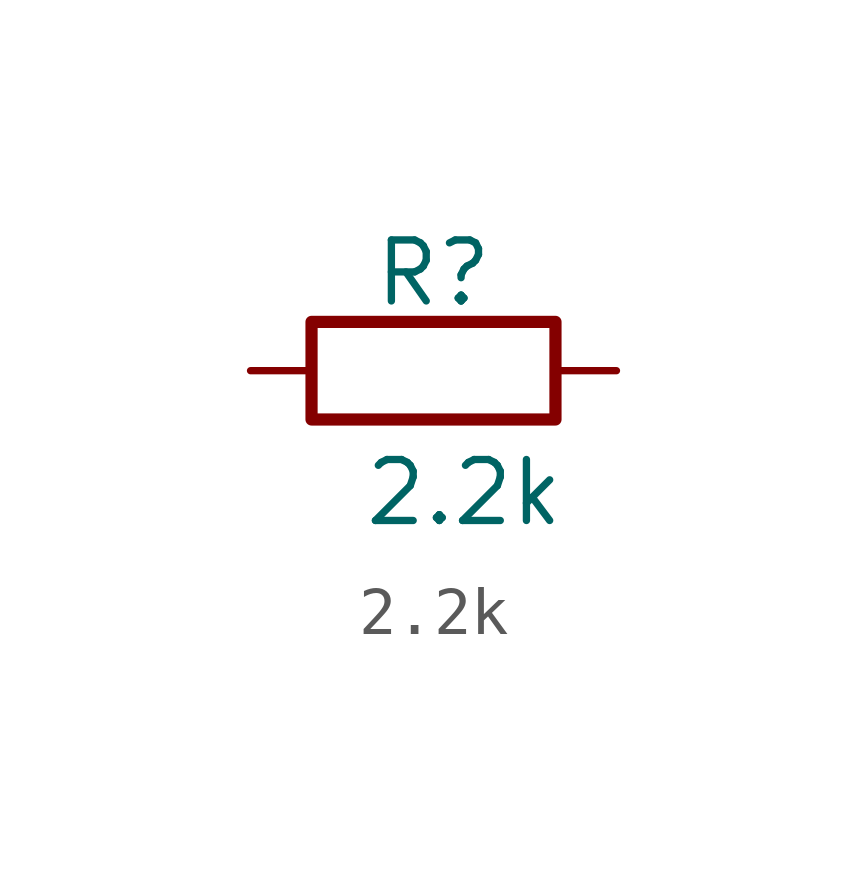
<source format=kicad_sym>
(kicad_symbol_lib
  (version 20210619)
  (generator kicad_symbol_editor)
  (symbol "my_Library:2.2k"
    (pin_numbers hide)
    (pin_names
      (offset 0))
    (property "Reference" "R"
      (at 0 2.032 0)
      (effects (font (size 1.27 1.27))))
    (property "Value" "2.2k"
      (at 0.635 -2.54 0)
      (effects (font (size 1.27 1.27))))
    (symbol "2.2k_0_1"
      (rectangle (start 2.54 -1.016) (end -2.54 1.016) (stroke (width 0.254)) (fill (type none))))
    (symbol "2.2k_1_1"
      (pin passive line (at -3.81 0 0) (length 1.27) (name "~" (effects (font (size 1.27 1.27)))) (number "1" (effects (font (size 1.27 1.27)))))
      (pin passive line (at 3.81 0 180) (length 1.27) (name "~" (effects (font (size 1.27 1.27)))) (number "2" (effects (font (size 1.27 1.27))))))))
</source>
